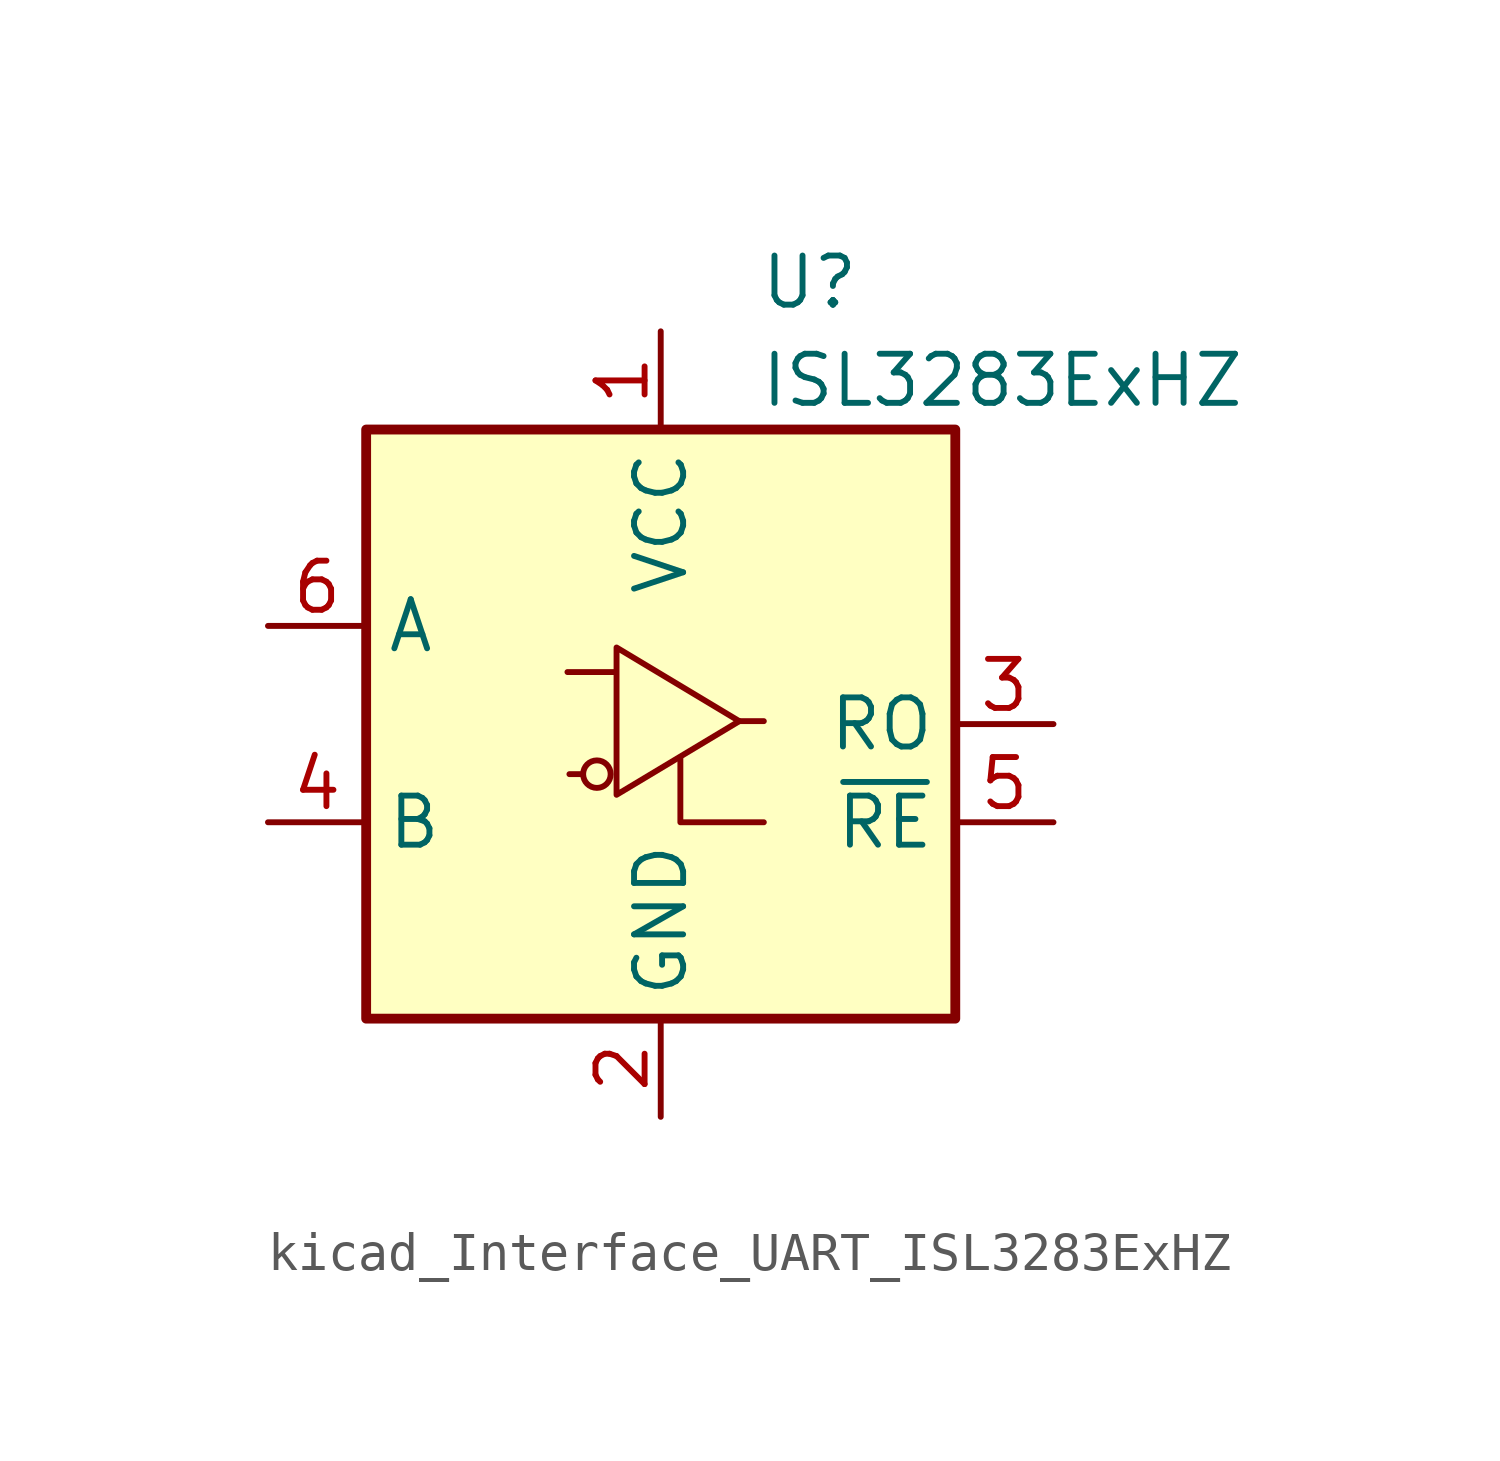
<source format=kicad_sym>
(kicad_symbol_lib
  (version 20220914)
  (generator kicad_symbol_editor)
  (symbol "kicad_Interface_UART_ISL3283ExHZ"
    (property "Reference" "U"
      (at 2.54 11.43 0)
      (effects (font (size 1.27 1.27)) (justify left)))
    (property "Value" "ISL3283ExHZ"
      (at 2.54 8.89 0)
      (effects (font (size 1.27 1.27)) (justify left)))
    (symbol "kicad_Interface_UART_ISL3283ExHZ_0_1"
      (polyline (pts (xy 0.508 -0.889) (xy 0.508 -2.54) (xy 2.667 -2.54)) (stroke (width 0) (type default)) (fill (type none)))
      (rectangle (start 7.62 7.62) (end -7.62 -7.62) (stroke (width 0.254) (type default)) (fill (type background))))
    (symbol "kicad_Interface_UART_ISL3283ExHZ_1_1"
      (circle (center -1.651 -1.295) (radius 0.356) (stroke (width 0) (type default)) (fill (type none)))
      (polyline (pts (xy -2.057 -1.295) (xy -2.362 -1.295)) (stroke (width 0) (type default)) (fill (type none)))
      (polyline (pts (xy 2.032 0.076) (xy 2.667 0.076)) (stroke (width 0) (type default)) (fill (type none)))
      (polyline (pts (xy -1.143 1.981) (xy -1.143 -1.829) (xy 2.032 0.076) (xy -1.143 1.981) (xy -1.143 1.346) (xy -2.413 1.346)) (stroke (width 0) (type default)) (fill (type none)))
      (pin power_in line (at 0 10.16 270) (length 2.54) (name "VCC" (effects (font (size 1.27 1.27)))) (number "1" (effects (font (size 1.27 1.27)))))
      (pin power_in line (at 0 -10.16 90) (length 2.54) (name "GND" (effects (font (size 1.27 1.27)))) (number "2" (effects (font (size 1.27 1.27)))))
      (pin output line (at 10.16 0 180) (length 2.54) (name "RO" (effects (font (size 1.27 1.27)))) (number "3" (effects (font (size 1.27 1.27)))))
      (pin input line (at -10.16 -2.54 0) (length 2.54) (name "B" (effects (font (size 1.27 1.27)))) (number "4" (effects (font (size 1.27 1.27)))))
      (pin input line (at 10.16 -2.54 180) (length 2.54) (name "~{RE}" (effects (font (size 1.27 1.27)))) (number "5" (effects (font (size 1.27 1.27)))))
      (pin input line (at -10.16 2.54 0) (length 2.54) (name "A" (effects (font (size 1.27 1.27)))) (number "6" (effects (font (size 1.27 1.27))))))))
</source>
